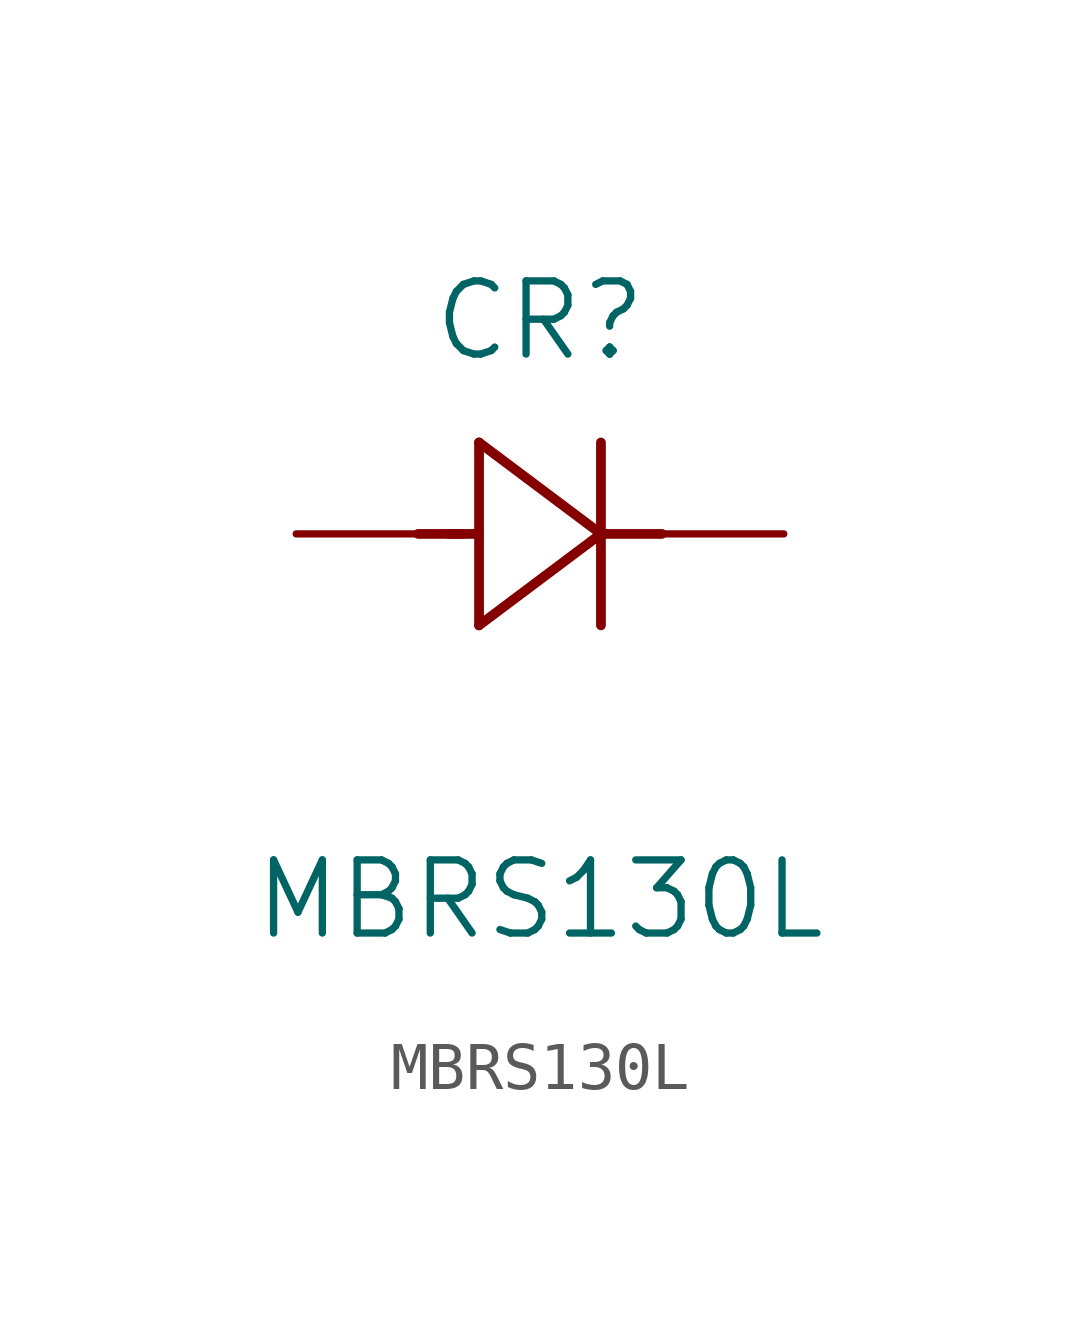
<source format=kicad_sym>
(kicad_symbol_lib
  (version 20220328)
  (generator kicad_symbol_editor)
  (symbol "MBRS130L"
    (pin_numbers hide)
    (pin_names
      (offset -1.651) hide)
    (property "Reference" "CR"
      (at 5.08 4.445 0)
      (effects (font (size 1.524 1.524))))
    (property "Value" "MBRS130L"
      (at 5.08 -7.62 0)
      (effects (font (size 1.524 1.524))))
    (property "Datasheet" ""
      (at 0 0 0)
      (effects (font (size 1.524 1.524))))
    (property "ki_locked" ""
      (at 0 0 0)
      (effects (font (size 1.27 1.27))))
    (symbol "MBRS130L_1_1"
      (polyline (pts (xy 2.54 0) (xy 3.48 0)) (stroke (width 0.203) (type solid)) (fill (type none)))
      (polyline (pts (xy 3.175 0) (xy 3.81 0)) (stroke (width 0.203) (type solid)) (fill (type none)))
      (polyline (pts (xy 3.81 -1.905) (xy 6.35 0)) (stroke (width 0.203) (type solid)) (fill (type none)))
      (polyline (pts (xy 3.81 1.905) (xy 3.81 -1.905)) (stroke (width 0.203) (type solid)) (fill (type none)))
      (polyline (pts (xy 6.35 -1.905) (xy 6.35 1.905)) (stroke (width 0.203) (type solid)) (fill (type none)))
      (polyline (pts (xy 6.35 0) (xy 3.81 1.905)) (stroke (width 0.203) (type solid)) (fill (type none)))
      (polyline (pts (xy 6.35 0) (xy 7.62 0)) (stroke (width 0.203) (type solid)) (fill (type none)))
      (pin unspecified line (at 10.16 0 180) (length 2.54) (name "1" (effects (font (size 1.499 1.499)))) (number "1" (effects (font (size 1.499 1.499)))))
      (pin unspecified line (at 0 0 0) (length 2.54) (name "2" (effects (font (size 1.499 1.499)))) (number "2" (effects (font (size 1.499 1.499))))))))
</source>
